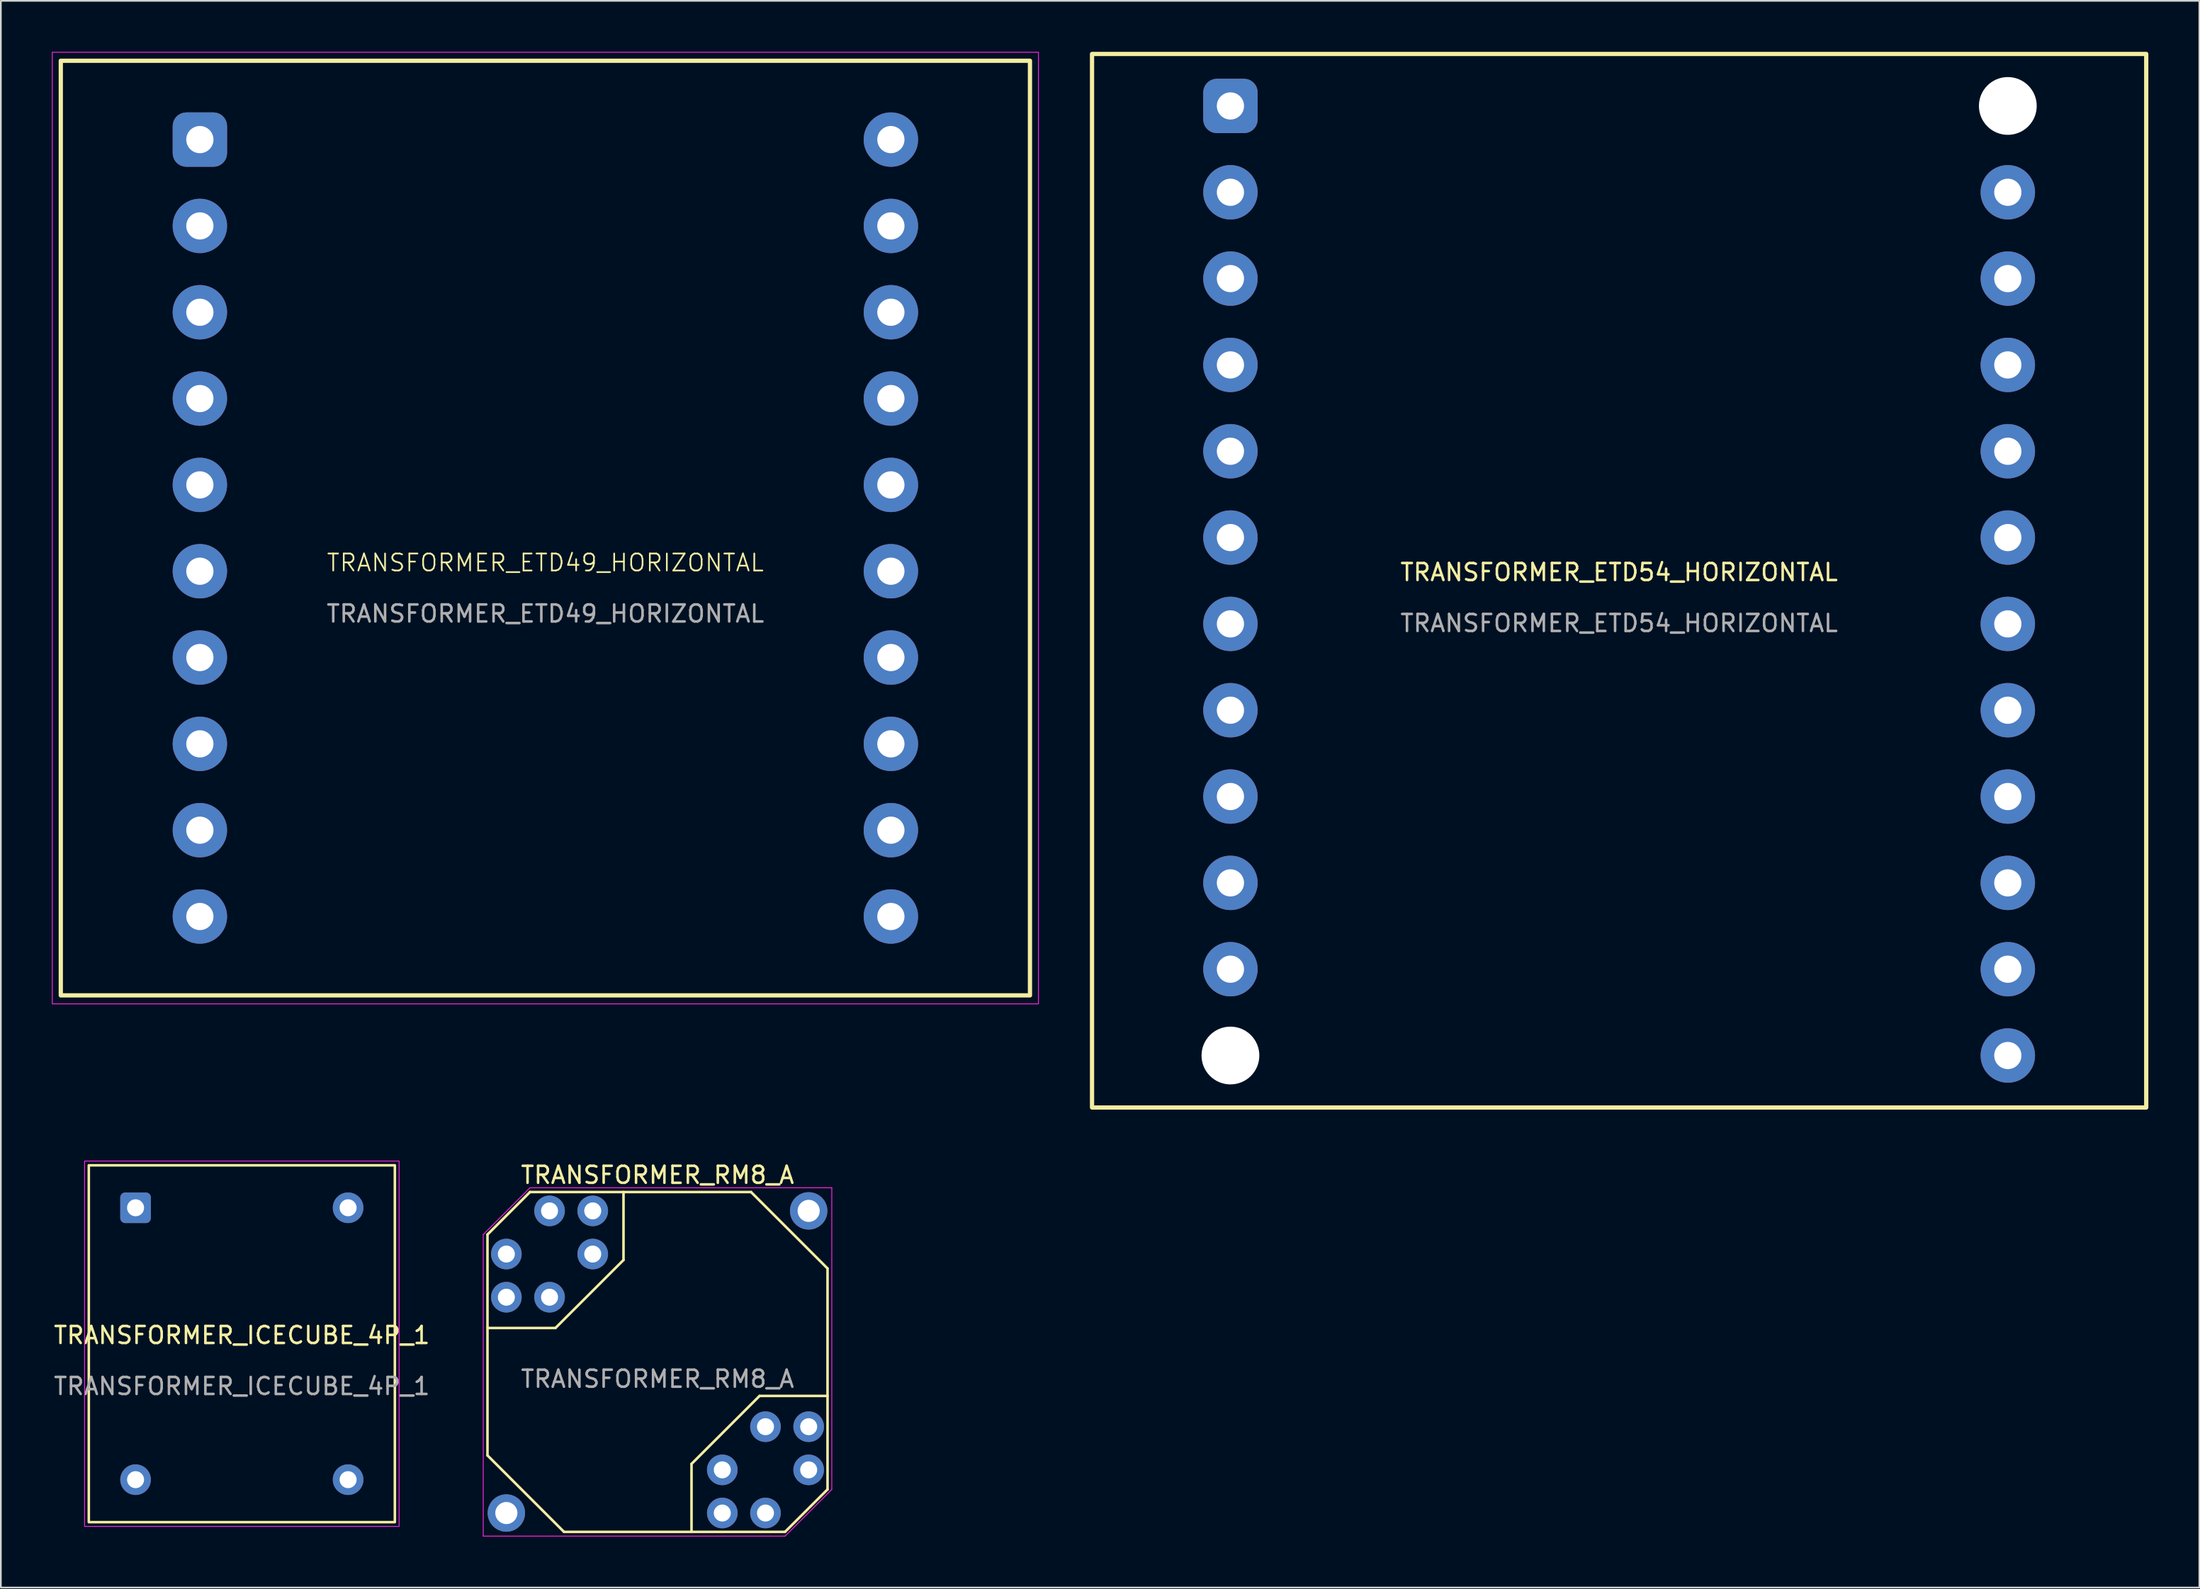
<source format=kicad_pcb>
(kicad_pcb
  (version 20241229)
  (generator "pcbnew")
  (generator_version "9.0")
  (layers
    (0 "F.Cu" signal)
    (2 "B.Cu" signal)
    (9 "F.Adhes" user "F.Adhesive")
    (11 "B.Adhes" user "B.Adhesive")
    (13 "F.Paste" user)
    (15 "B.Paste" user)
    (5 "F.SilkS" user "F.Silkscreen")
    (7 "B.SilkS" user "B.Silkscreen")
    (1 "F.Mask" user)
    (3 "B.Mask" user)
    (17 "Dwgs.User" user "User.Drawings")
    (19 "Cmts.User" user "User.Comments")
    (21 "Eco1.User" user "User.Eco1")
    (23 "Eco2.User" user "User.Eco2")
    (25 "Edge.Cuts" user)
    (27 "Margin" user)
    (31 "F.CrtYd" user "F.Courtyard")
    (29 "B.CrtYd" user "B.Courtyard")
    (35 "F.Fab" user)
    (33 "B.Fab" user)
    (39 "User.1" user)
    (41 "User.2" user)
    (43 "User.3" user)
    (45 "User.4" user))
  (footprint "TRANSFORMER_ICECUBE_4P_1"
    (layer "F.Cu")
    (at 11.173 76.025)
    (property "Reference" "TRANSFORMER_ICECUBE_4P_1" (at 0 -0.5 0) (unlocked yes) (layer "F.SilkS") (effects (font (size 1 1) (thickness 0.15))))
    (attr through_hole)
    (fp_rect (start -9 -10.5) (end 9 10.5) (stroke (width 0.15) (type default)) (fill no) (layer "F.SilkS"))
    (fp_rect (start -9.25 -10.75) (end 9.25 10.75) (stroke (width 0.05) (type default)) (fill no) (layer "F.CrtYd"))
    (fp_text user "${REFERENCE}" (at 0 2.5 0) (unlocked yes) (layer "F.Fab") (effects (font (size 1 1) (thickness 0.15))))
    (pad "1" thru_hole roundrect (at -6.25 -8) (size 1.8 1.8) (drill 1) (layers "*.Cu" "*.Mask") (roundrect_rratio 0.16))
    (pad "2" thru_hole circle (at -6.25 8) (size 1.8 1.8) (drill 1) (layers "*.Cu" "*.Mask"))
    (pad "3" thru_hole circle (at 6.25 8) (size 1.8 1.8) (drill 1) (layers "*.Cu" "*.Mask"))
    (pad "4" thru_hole circle (at 6.25 -8) (size 1.8 1.8) (drill 1) (layers "*.Cu" "*.Mask")))
  (footprint "TRANSFORMER_RM8_A"
    (layer "F.Cu")
    (at 35.62 77.098)
    (property "Reference" "TRANSFORMER_RM8_A" (at 0 -11 0) (unlocked yes) (layer "F.SilkS") (effects (font (size 1 1) (thickness 0.15))))
    (attr through_hole)
    (fp_line (start -10 -7.5) (end -10 5.5) (stroke (width 0.15) (type default)) (layer "F.SilkS"))
    (fp_line (start -10 -7.5) (end -7.5 -10) (stroke (width 0.15) (type default)) (layer "F.SilkS"))
    (fp_line (start -10 -2) (end -6 -2) (stroke (width 0.15) (type default)) (layer "F.SilkS"))
    (fp_line (start -10 5.5) (end -5.5 10) (stroke (width 0.15) (type default)) (layer "F.SilkS"))
    (fp_line (start -6 -2) (end -2 -6) (stroke (width 0.15) (type default)) (layer "F.SilkS"))
    (fp_line (start -5.5 10) (end 7.5 10) (stroke (width 0.15) (type default)) (layer "F.SilkS"))
    (fp_line (start -2 -6) (end -2 -10) (stroke (width 0.15) (type default)) (layer "F.SilkS"))
    (fp_line (start 2 6) (end 6 2) (stroke (width 0.15) (type default)) (layer "F.SilkS"))
    (fp_line (start 2 10) (end 2 6) (stroke (width 0.15) (type default)) (layer "F.SilkS"))
    (fp_line (start 5.5 -10) (end -7.5 -10) (stroke (width 0.15) (type default)) (layer "F.SilkS"))
    (fp_line (start 6 2) (end 10 2) (stroke (width 0.15) (type default)) (layer "F.SilkS"))
    (fp_line (start 7.5 10) (end 10 7.5) (stroke (width 0.15) (type default)) (layer "F.SilkS"))
    (fp_line (start 10 -5.5) (end 5.5 -10) (stroke (width 0.15) (type default)) (layer "F.SilkS"))
    (fp_line (start 10 7.5) (end 10 -5.5) (stroke (width 0.15) (type default)) (layer "F.SilkS"))
    (fp_line (start -10.25 -7.5) (end -7.5 -10.25) (stroke (width 0.05) (type default)) (layer "F.CrtYd"))
    (fp_line (start -10.25 10.25) (end -10.25 -7.5) (stroke (width 0.05) (type default)) (layer "F.CrtYd"))
    (fp_line (start -7.5 -10.25) (end 10.25 -10.25) (stroke (width 0.05) (type default)) (layer "F.CrtYd"))
    (fp_line (start 7.5 10.25) (end -10.25 10.25) (stroke (width 0.05) (type default)) (layer "F.CrtYd"))
    (fp_line (start 7.5 10.25) (end 10.25 7.5) (stroke (width 0.05) (type default)) (layer "F.CrtYd"))
    (fp_line (start 10.25 -10.25) (end 10.25 7.5) (stroke (width 0.05) (type default)) (layer "F.CrtYd"))
    (fp_text user "${REFERENCE}" (at 0 1 0) (unlocked yes) (layer "F.Fab") (effects (font (size 1 1) (thickness 0.15))))
    (pad "1" thru_hole circle (at 8.89 6.35) (size 1.8 1.8) (drill 1) (layers "*.Cu" "*.Mask"))
    (pad "2" thru_hole circle (at 8.89 3.81) (size 1.8 1.8) (drill 1) (layers "*.Cu" "*.Mask"))
    (pad "3" thru_hole circle (at 6.35 3.81) (size 1.8 1.8) (drill 1) (layers "*.Cu" "*.Mask"))
    (pad "4" thru_hole circle (at -3.81 -6.35) (size 1.8 1.8) (drill 1) (layers "*.Cu" "*.Mask"))
    (pad "5" thru_hole circle (at -3.81 -8.89) (size 1.8 1.8) (drill 1) (layers "*.Cu" "*.Mask"))
    (pad "6" thru_hole circle (at -6.35 -8.89) (size 1.8 1.8) (drill 1) (layers "*.Cu" "*.Mask"))
    (pad "7" thru_hole circle (at -8.89 -6.35) (size 1.8 1.8) (drill 1) (layers "*.Cu" "*.Mask"))
    (pad "8" thru_hole circle (at -8.89 -3.81) (size 1.8 1.8) (drill 1) (layers "*.Cu" "*.Mask"))
    (pad "9" thru_hole circle (at -6.35 -3.81) (size 1.8 1.8) (drill 1) (layers "*.Cu" "*.Mask"))
    (pad "10" thru_hole circle (at 3.81 6.35) (size 1.8 1.8) (drill 1) (layers "*.Cu" "*.Mask"))
    (pad "11" thru_hole circle (at 3.81 8.89) (size 1.8 1.8) (drill 1) (layers "*.Cu" "*.Mask"))
    (pad "12" thru_hole circle (at 6.35 8.89) (size 1.8 1.8) (drill 1) (layers "*.Cu" "*.Mask"))
    (pad "13" thru_hole circle (at -8.89 8.89) (size 2.2 2.2) (drill 1.3) (layers "*.Cu" "*.Mask"))
    (pad "14" thru_hole circle (at 8.89 -8.89) (size 2.2 2.2) (drill 1.3) (layers "*.Cu" "*.Mask")))
  (footprint "TRANSFORMER_ETD54_HORIZONTAL"
    (layer "F.Cu")
    (at 92.175 31.125)
    (property "Reference" "TRANSFORMER_ETD54_HORIZONTAL" (at 0 -0.5 0) (unlocked yes) (layer "F.SilkS") (effects (font (size 1 1) (thickness 0.15))))
    (attr smd)
    (fp_rect (start -31 -31) (end 31 31) (stroke (width 0.25) (type solid)) (fill no) (layer "F.SilkS"))
    (fp_text user "${REFERENCE}" (at 0 2.5 0) (unlocked yes) (layer "F.Fab") (effects (font (size 1 1) (thickness 0.15))))
    (pad "" np_thru_hole circle (at -22.86 27.94) (size 3.4 3.4) (drill 3.4) (layers "*.Cu" "*.Mask"))
    (pad "" np_thru_hole circle (at 22.86 -27.94) (size 3.4 3.4) (drill 3.4) (layers "*.Cu" "*.Mask"))
    (pad "1" thru_hole roundrect (at -22.86 -27.94) (size 3.2 3.2) (drill 1.6) (layers "*.Cu" "*.Mask") (roundrect_rratio 0.25))
    (pad "2" thru_hole circle (at -22.86 -22.86) (size 3.2 3.2) (drill 1.6) (layers "*.Cu" "*.Mask"))
    (pad "3" thru_hole circle (at -22.86 -17.78) (size 3.2 3.2) (drill 1.6) (layers "*.Cu" "*.Mask"))
    (pad "4" thru_hole circle (at -22.86 -12.7) (size 3.2 3.2) (drill 1.6) (layers "*.Cu" "*.Mask"))
    (pad "5" thru_hole circle (at -22.86 -7.62) (size 3.2 3.2) (drill 1.6) (layers "*.Cu" "*.Mask"))
    (pad "6" thru_hole circle (at -22.86 -2.54) (size 3.2 3.2) (drill 1.6) (layers "*.Cu" "*.Mask"))
    (pad "7" thru_hole circle (at -22.86 2.54) (size 3.2 3.2) (drill 1.6) (layers "*.Cu" "*.Mask"))
    (pad "8" thru_hole circle (at -22.86 7.62) (size 3.2 3.2) (drill 1.6) (layers "*.Cu" "*.Mask"))
    (pad "9" thru_hole circle (at -22.86 12.7) (size 3.2 3.2) (drill 1.6) (layers "*.Cu" "*.Mask"))
    (pad "10" thru_hole circle (at -22.86 17.78) (size 3.2 3.2) (drill 1.6) (layers "*.Cu" "*.Mask"))
    (pad "11" thru_hole circle (at -22.86 22.86) (size 3.2 3.2) (drill 1.6) (layers "*.Cu" "*.Mask"))
    (pad "12" thru_hole circle (at 22.86 27.94) (size 3.2 3.2) (drill 1.6) (layers "*.Cu" "*.Mask"))
    (pad "13" thru_hole circle (at 22.86 22.86) (size 3.2 3.2) (drill 1.6) (layers "*.Cu" "*.Mask"))
    (pad "14" thru_hole circle (at 22.86 17.78) (size 3.2 3.2) (drill 1.6) (layers "*.Cu" "*.Mask"))
    (pad "15" thru_hole circle (at 22.86 12.7) (size 3.2 3.2) (drill 1.6) (layers "*.Cu" "*.Mask"))
    (pad "16" thru_hole circle (at 22.86 7.62) (size 3.2 3.2) (drill 1.6) (layers "*.Cu" "*.Mask"))
    (pad "17" thru_hole circle (at 22.86 2.54) (size 3.2 3.2) (drill 1.6) (layers "*.Cu" "*.Mask"))
    (pad "18" thru_hole circle (at 22.86 -2.54) (size 3.2 3.2) (drill 1.6) (layers "*.Cu" "*.Mask"))
    (pad "19" thru_hole circle (at 22.86 -7.62) (size 3.2 3.2) (drill 1.6) (layers "*.Cu" "*.Mask"))
    (pad "20" thru_hole circle (at 22.86 -12.7) (size 3.2 3.2) (drill 1.6) (layers "*.Cu" "*.Mask"))
    (pad "21" thru_hole circle (at 22.86 -17.78) (size 3.2 3.2) (drill 1.6) (layers "*.Cu" "*.Mask"))
    (pad "22" thru_hole circle (at 22.86 -22.86) (size 3.2 3.2) (drill 1.6) (layers "*.Cu" "*.Mask")))
  (footprint "TRANSFORMER_ETD49_HORIZONTAL"
    (layer "F.Cu")
    (at 29.025 28.025)
    (property "Reference" "TRANSFORMER_ETD49_HORIZONTAL" (at 0 2.04 0) (unlocked yes) (layer "F.SilkS") (effects (font (size 1 1) (thickness 0.1))))
    (attr through_hole)
    (fp_rect (start -28.5 -27.5) (end 28.5 27.5) (stroke (width 0.25) (type default)) (fill no) (layer "F.SilkS"))
    (fp_rect (start -29 -28) (end 29 28) (stroke (width 0.05) (type default)) (fill no) (layer "F.CrtYd"))
    (fp_text user "${REFERENCE}" (at 0 5.04 0) (unlocked yes) (layer "F.Fab") (effects (font (size 1 1) (thickness 0.15))))
    (pad "1" thru_hole roundrect (at -20.32 -22.86) (size 3.2 3.2) (drill 1.6) (layers "*.Cu" "*.Mask") (roundrect_rratio 0.25))
    (pad "2" thru_hole circle (at -20.32 -17.78) (size 3.2 3.2) (drill 1.6) (layers "*.Cu" "*.Mask"))
    (pad "3" thru_hole circle (at -20.32 -12.7) (size 3.2 3.2) (drill 1.6) (layers "*.Cu" "*.Mask"))
    (pad "4" thru_hole circle (at -20.32 -7.62) (size 3.2 3.2) (drill 1.6) (layers "*.Cu" "*.Mask"))
    (pad "5" thru_hole circle (at -20.32 -2.54) (size 3.2 3.2) (drill 1.6) (layers "*.Cu" "*.Mask"))
    (pad "6" thru_hole circle (at -20.32 2.54) (size 3.2 3.2) (drill 1.6) (layers "*.Cu" "*.Mask"))
    (pad "7" thru_hole circle (at -20.32 7.62) (size 3.2 3.2) (drill 1.6) (layers "*.Cu" "*.Mask"))
    (pad "8" thru_hole circle (at -20.32 12.7) (size 3.2 3.2) (drill 1.6) (layers "*.Cu" "*.Mask"))
    (pad "9" thru_hole circle (at -20.32 17.78) (size 3.2 3.2) (drill 1.6) (layers "*.Cu" "*.Mask"))
    (pad "10" thru_hole circle (at -20.32 22.86) (size 3.2 3.2) (drill 1.6) (layers "*.Cu" "*.Mask"))
    (pad "11" thru_hole circle (at 20.32 22.86) (size 3.2 3.2) (drill 1.6) (layers "*.Cu" "*.Mask"))
    (pad "12" thru_hole circle (at 20.32 17.78) (size 3.2 3.2) (drill 1.6) (layers "*.Cu" "*.Mask"))
    (pad "13" thru_hole circle (at 20.32 12.7) (size 3.2 3.2) (drill 1.6) (layers "*.Cu" "*.Mask"))
    (pad "14" thru_hole circle (at 20.32 7.62) (size 3.2 3.2) (drill 1.6) (layers "*.Cu" "*.Mask"))
    (pad "15" thru_hole circle (at 20.32 2.54) (size 3.2 3.2) (drill 1.6) (layers "*.Cu" "*.Mask"))
    (pad "16" thru_hole circle (at 20.32 -2.54) (size 3.2 3.2) (drill 1.6) (layers "*.Cu" "*.Mask"))
    (pad "17" thru_hole circle (at 20.32 -7.62) (size 3.2 3.2) (drill 1.6) (layers "*.Cu" "*.Mask"))
    (pad "18" thru_hole circle (at 20.32 -12.7) (size 3.2 3.2) (drill 1.6) (layers "*.Cu" "*.Mask"))
    (pad "19" thru_hole circle (at 20.32 -17.78) (size 3.2 3.2) (drill 1.6) (layers "*.Cu" "*.Mask"))
    (pad "20" thru_hole circle (at 20.32 -22.86) (size 3.2 3.2) (drill 1.6) (layers "*.Cu" "*.Mask")))
  (gr_rect
    (start -3 -3)
    (end 126.3 90.373)
    (stroke (width 0.1) (type default))
    (fill no)
    (layer "Edge.Cuts")))
</source>
